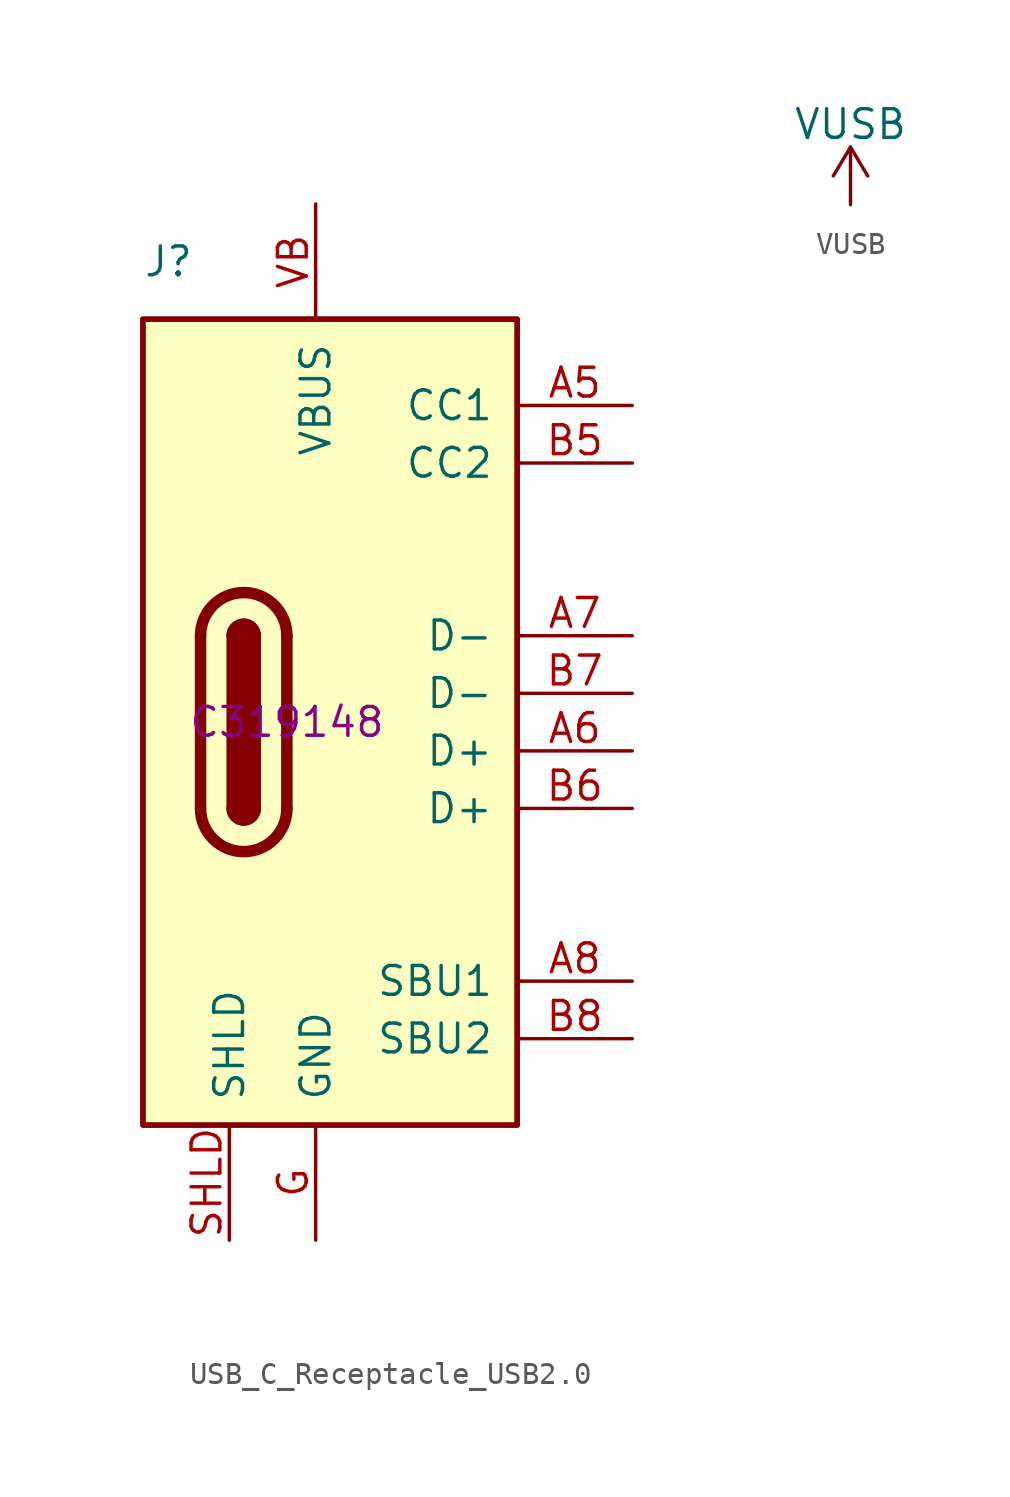
<source format=kicad_sym>
(kicad_symbol_lib
  (version 20231120)
  (generator "kicad_symbol_editor")
  (generator_version "8.0")
  (symbol "USB_C_Receptacle_USB2.0"
    (pin_names
      (offset 1.016))
    (property "Reference" "J"
      (at -6.35 20.32 0)
      (effects (font (size 1.27 1.27)) (justify left)))
    (property "LCSC" "C319148"
      (at 0 0 0)
      (effects (font (size 1.27 1.27))))
    (symbol "USB_C_Receptacle_USB2.0_0_1"
      (arc (start -3.81 -3.81) (mid -1.905 -5.7066) (end 0 -3.81) (stroke (width 0.508) (type default)) (fill (type none)))
      (arc (start -2.54 -3.81) (mid -1.905 -4.4422) (end -1.27 -3.81) (stroke (width 0.254) (type default)) (fill (type none)))
      (arc (start -2.54 -3.81) (mid -1.905 -4.4422) (end -1.27 -3.81) (stroke (width 0.254) (type default)) (fill (type outline)))
      (rectangle (start -2.54 -3.81) (end -1.27 3.81) (stroke (width 0.254) (type default)) (fill (type outline)))
      (arc (start -1.27 3.81) (mid -1.905 4.4422) (end -2.54 3.81) (stroke (width 0.254) (type default)) (fill (type none)))
      (arc (start -1.27 3.81) (mid -1.905 4.4422) (end -2.54 3.81) (stroke (width 0.254) (type default)) (fill (type outline)))
      (polyline (pts (xy -3.81 -3.81) (xy -3.81 3.81)) (stroke (width 0.508) (type default)) (fill (type none)))
      (polyline (pts (xy 0 3.81) (xy 0 -3.81)) (stroke (width 0.508) (type default)) (fill (type none)))
      (arc (start 0 3.81) (mid -1.905 5.7066) (end -3.81 3.81) (stroke (width 0.508) (type default)) (fill (type none)))
      (rectangle (start 10.16 -17.78) (end -6.35 17.78) (stroke (width 0.254) (type default)) (fill (type background))))
    (symbol "USB_C_Receptacle_USB2.0_1_1"
      (pin bidirectional line (at 15.24 13.97 180) (length 5.08) (name "CC1" (effects (font (size 1.27 1.27)))) (number "A5" (effects (font (size 1.27 1.27)))))
      (pin bidirectional line (at 15.24 -1.27 180) (length 5.08) (name "D+" (effects (font (size 1.27 1.27)))) (number "A6" (effects (font (size 1.27 1.27)))))
      (pin bidirectional line (at 15.24 3.81 180) (length 5.08) (name "D-" (effects (font (size 1.27 1.27)))) (number "A7" (effects (font (size 1.27 1.27)))))
      (pin bidirectional line (at 15.24 -11.43 180) (length 5.08) (name "SBU1" (effects (font (size 1.27 1.27)))) (number "A8" (effects (font (size 1.27 1.27)))))
      (pin bidirectional line (at 15.24 11.43 180) (length 5.08) (name "CC2" (effects (font (size 1.27 1.27)))) (number "B5" (effects (font (size 1.27 1.27)))))
      (pin bidirectional line (at 15.24 -3.81 180) (length 5.08) (name "D+" (effects (font (size 1.27 1.27)))) (number "B6" (effects (font (size 1.27 1.27)))))
      (pin bidirectional line (at 15.24 1.27 180) (length 5.08) (name "D-" (effects (font (size 1.27 1.27)))) (number "B7" (effects (font (size 1.27 1.27)))))
      (pin bidirectional line (at 15.24 -13.97 180) (length 5.08) (name "SBU2" (effects (font (size 1.27 1.27)))) (number "B8" (effects (font (size 1.27 1.27)))))
      (pin passive line (at 1.27 -22.86 90) (length 5.08) (name "GND" (effects (font (size 1.27 1.27)))) (number "G" (effects (font (size 1.27 1.27)))))
      (pin passive line (at -2.54 -22.86 90) (length 5.08) (name "SHLD" (effects (font (size 1.27 1.27)))) (number "SHLD" (effects (font (size 1.27 1.27)))))
      (pin power_out line (at 1.27 22.86 270) (length 5.08) (name "VBUS" (effects (font (size 1.27 1.27)))) (number "VB" (effects (font (size 1.27 1.27)))))))
  (symbol "VUSB"
    (power)
    (pin_names
      (offset 0))
    (property "Reference" "#PWR"
      (at 0 -3.81 0)
      (effects (font (size 1.27 1.27)) (hide yes)))
    (property "Value" "VUSB"
      (at 0 3.556 0)
      (effects (font (size 1.27 1.27))))
    (symbol "VUSB_0_1"
      (polyline (pts (xy -0.762 1.27) (xy 0 2.54)) (stroke (width 0) (type default)) (fill (type none)))
      (polyline (pts (xy 0 0) (xy 0 2.54)) (stroke (width 0) (type default)) (fill (type none)))
      (polyline (pts (xy 0 2.54) (xy 0.762 1.27)) (stroke (width 0) (type default)) (fill (type none))))
    (symbol "VUSB_1_1"
      (pin power_in line (at 0 0 90) (length 0) hide (name "VUSB" (effects (font (size 1.27 1.27)))) (number "1" (effects (font (size 1.27 1.27))))))))
</source>
